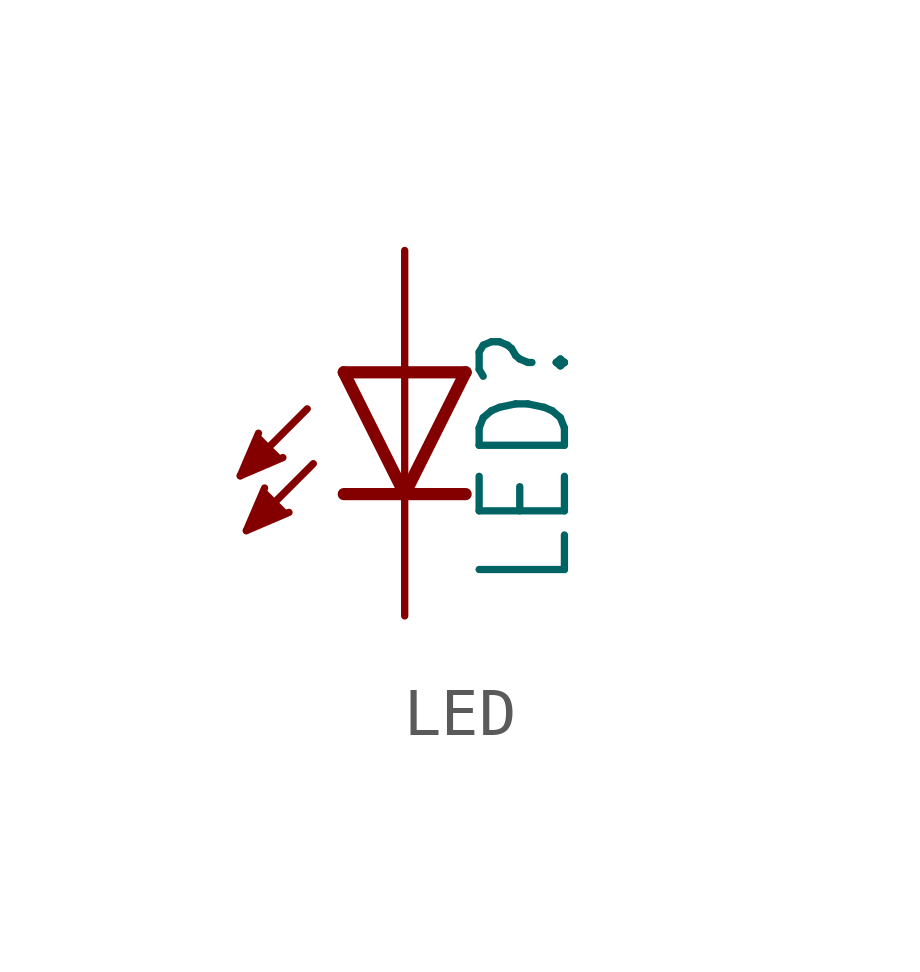
<source format=kicad_sym>
(kicad_symbol_lib
  (version 20231120)
  (generator "kicad_symbol_editor")
  (generator_version "8.0")
  (symbol "LED"
    (property "Reference" "LED"
      (at 3.556 -4.572 90)
      (effects (font (size 1.778 1.511)) (justify left bottom)))
    (property "Value" ""
      (at 5.715 -4.572 90)
      (effects (font (size 1.778 1.511)) (justify left bottom)))
    (property "ki_locked" ""
      (at 0 0 0)
      (effects (font (size 1.27 1.27))))
    (symbol "LED_1_0"
      (polyline (pts (xy -2.032 -0.762) (xy -3.429 -2.159)) (stroke (width 0.152) (type solid)) (fill (type none)))
      (polyline (pts (xy -1.905 -1.905) (xy -3.302 -3.302)) (stroke (width 0.152) (type solid)) (fill (type none)))
      (polyline (pts (xy 0 -2.54) (xy -1.27 -2.54)) (stroke (width 0.254) (type solid)) (fill (type none)))
      (polyline (pts (xy 0 -2.54) (xy -1.27 0)) (stroke (width 0.254) (type solid)) (fill (type none)))
      (polyline (pts (xy 0 0) (xy -1.27 0)) (stroke (width 0.254) (type solid)) (fill (type none)))
      (polyline (pts (xy 0 0) (xy 0 -2.54)) (stroke (width 0.152) (type solid)) (fill (type none)))
      (polyline (pts (xy 1.27 -2.54) (xy 0 -2.54)) (stroke (width 0.254) (type solid)) (fill (type none)))
      (polyline (pts (xy 1.27 0) (xy 0 -2.54)) (stroke (width 0.254) (type solid)) (fill (type none)))
      (polyline (pts (xy 1.27 0) (xy 0 0)) (stroke (width 0.254) (type solid)) (fill (type none)))
      (polyline (pts (xy -3.048 -1.27) (xy -3.429 -2.159) (xy -2.54 -1.778)) (stroke (width 0.152) (type solid)) (fill (type outline)))
      (polyline (pts (xy -2.921 -2.413) (xy -3.302 -3.302) (xy -2.413 -2.921)) (stroke (width 0.152) (type solid)) (fill (type outline)))
      (pin passive line (at 0 2.54 270) (length 2.54) (name "A" (effects (font (size 0 0)))) (number "A@1" (effects (font (size 0 0)))))
      (pin passive line (at 0 -5.08 90) (length 2.54) (name "C" (effects (font (size 0 0)))) (number "C@1" (effects (font (size 0 0))))))))
</source>
